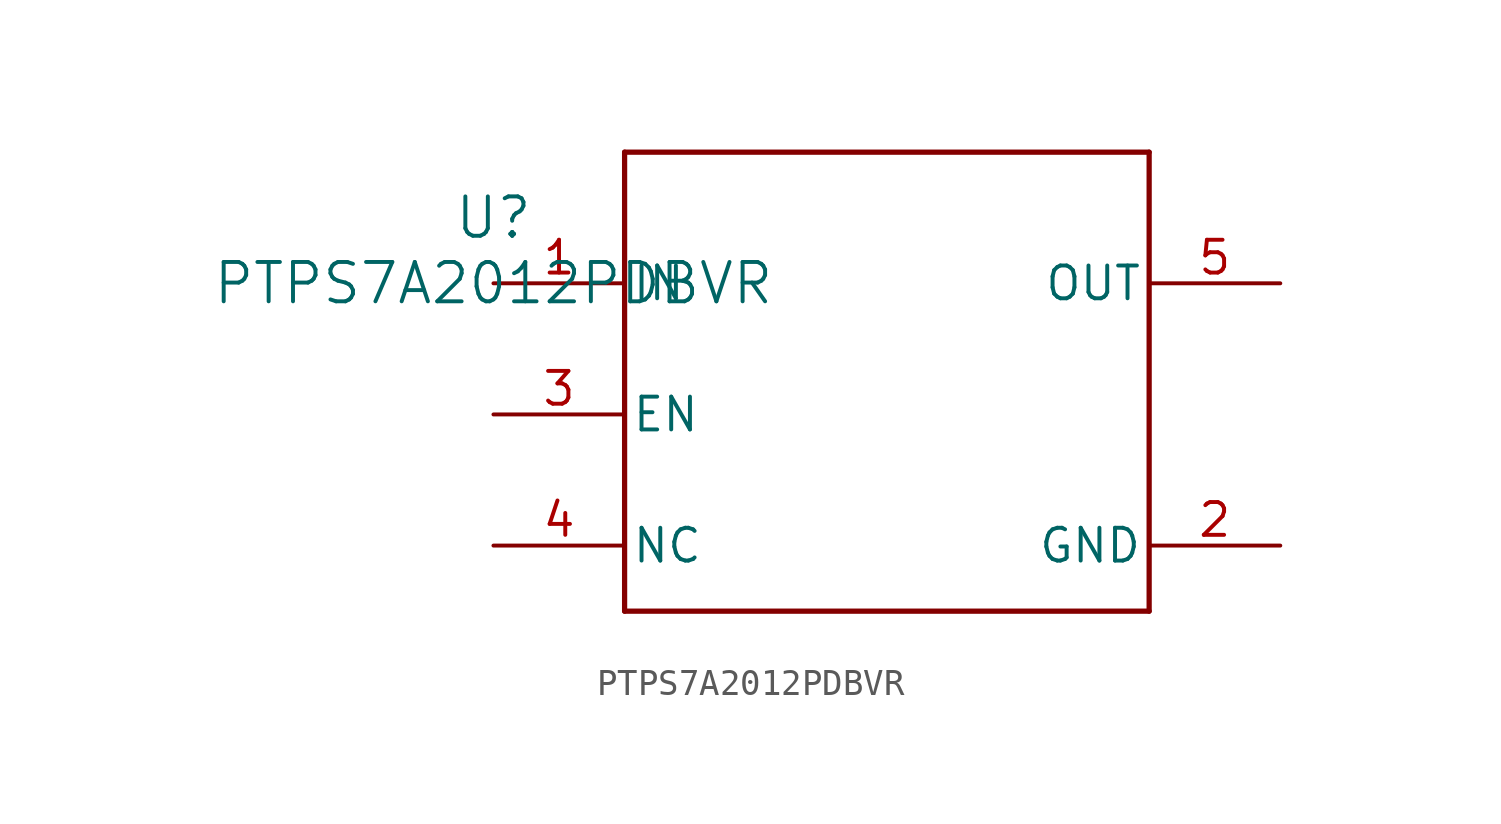
<source format=kicad_sym>
(kicad_symbol_lib
  (version 20211014)
  (generator kicad_symbol_editor)
  (symbol "PTPS7A2012PDBVR"
    (pin_names
      (offset 0.254))
    (property "Reference" "U"
      (at 0 2.54 0)
      (effects (font (size 1.524 1.524))))
    (property "Value" "PTPS7A2012PDBVR"
      (at 0 0 0)
      (effects (font (size 1.524 1.524))))
    (symbol "PTPS7A2012PDBVR_0_1"
      (polyline (pts (xy 5.08 -12.7) (xy 25.4 -12.7)) (stroke (width 0.203) (type default) (color 0 0 0 0)) (fill (type none)))
      (polyline (pts (xy 25.4 -12.7) (xy 25.4 5.08)) (stroke (width 0.203) (type default) (color 0 0 0 0)) (fill (type none)))
      (polyline (pts (xy 25.4 5.08) (xy 5.08 5.08)) (stroke (width 0.203) (type default) (color 0 0 0 0)) (fill (type none)))
      (polyline (pts (xy 5.08 5.08) (xy 5.08 -12.7)) (stroke (width 0.203) (type default) (color 0 0 0 0)) (fill (type none)))
      (pin power_in line (at 0 0 0) (length 5.08) (name "IN" (effects (font (size 1.27 1.27)))) (number "1" (effects (font (size 1.27 1.27)))))
      (pin power_in line (at 30.48 -10.16 180) (length 5.08) (name "GND" (effects (font (size 1.27 1.27)))) (number "2" (effects (font (size 1.27 1.27)))))
      (pin input line (at 0 -5.08 0) (length 5.08) (name "EN" (effects (font (size 1.27 1.27)))) (number "3" (effects (font (size 1.27 1.27)))))
      (pin unspecified line (at 0 -10.16 0) (length 5.08) (name "NC" (effects (font (size 1.27 1.27)))) (number "4" (effects (font (size 1.27 1.27)))))
      (pin unspecified line (at 30.48 0 180) (length 5.08) (name "OUT" (effects (font (size 1.27 1.27)))) (number "5" (effects (font (size 1.27 1.27))))))))
</source>
